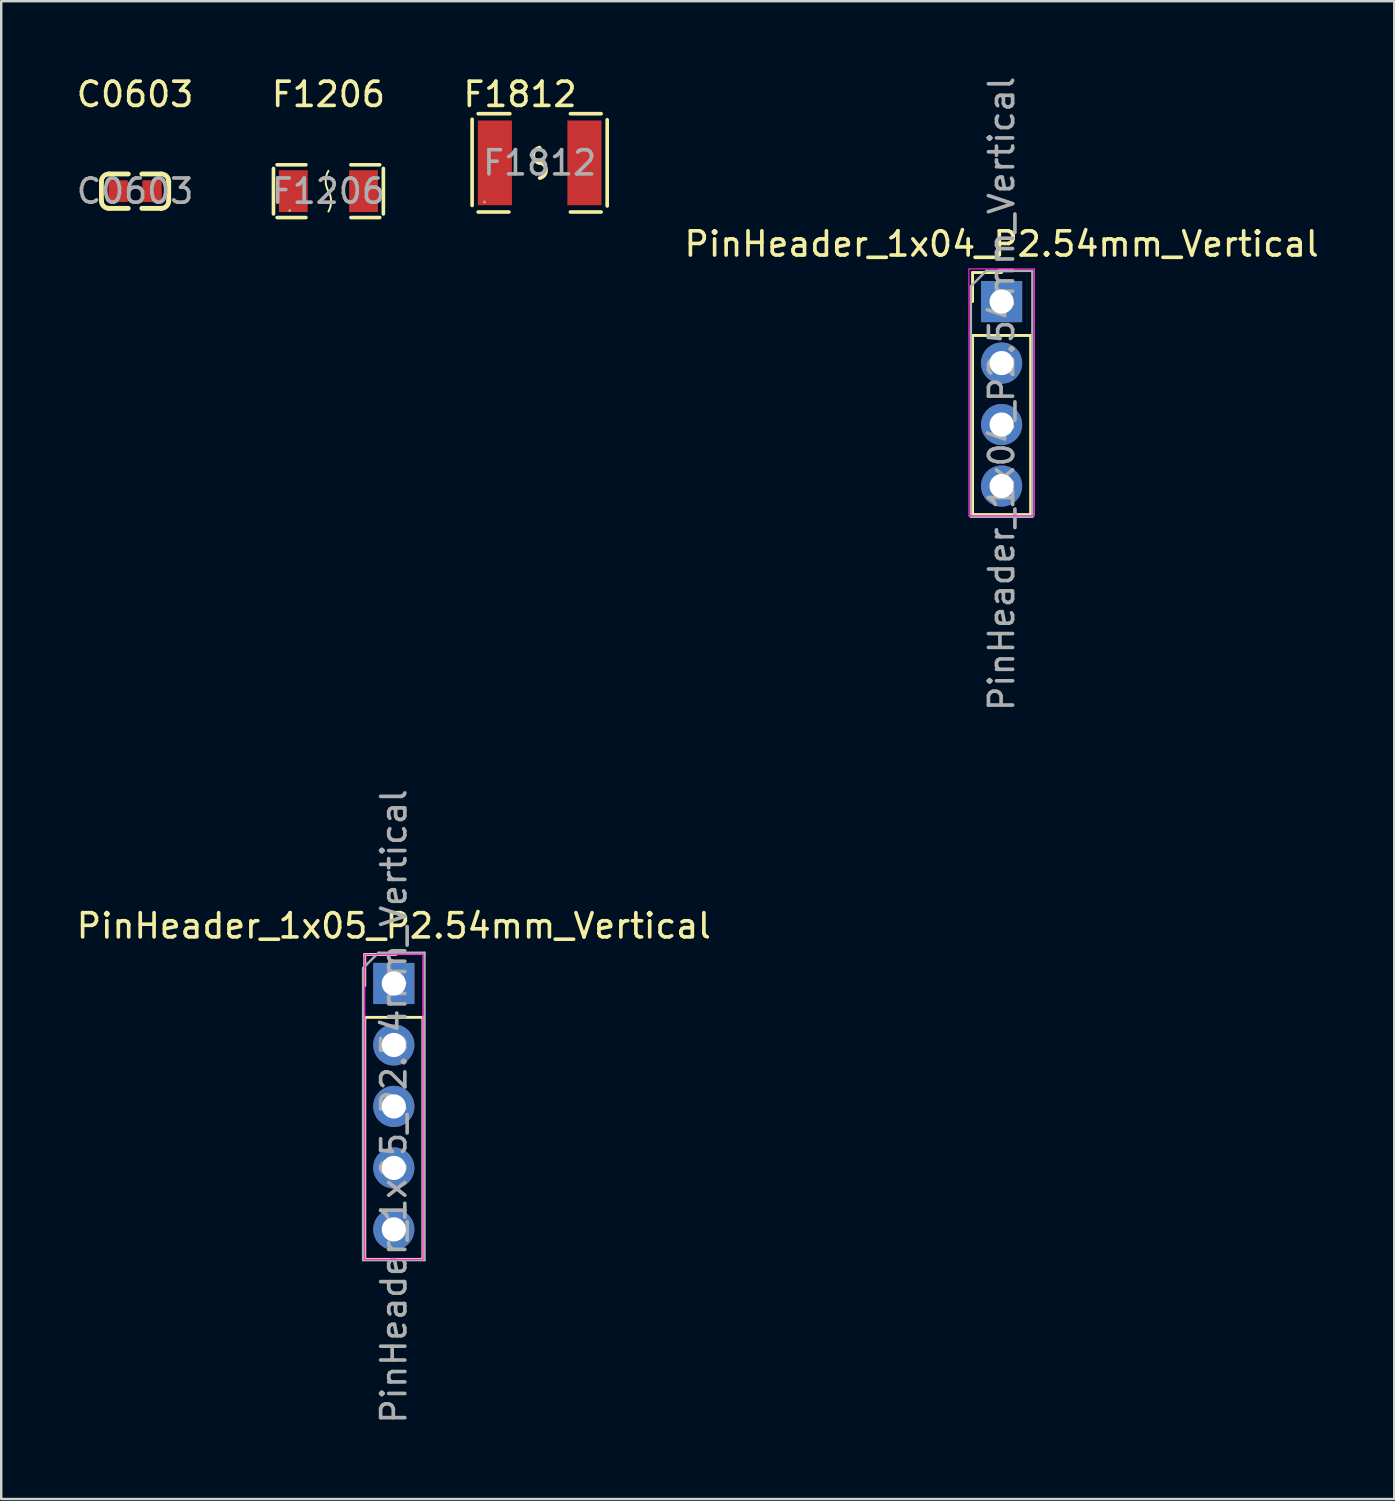
<source format=kicad_pcb>
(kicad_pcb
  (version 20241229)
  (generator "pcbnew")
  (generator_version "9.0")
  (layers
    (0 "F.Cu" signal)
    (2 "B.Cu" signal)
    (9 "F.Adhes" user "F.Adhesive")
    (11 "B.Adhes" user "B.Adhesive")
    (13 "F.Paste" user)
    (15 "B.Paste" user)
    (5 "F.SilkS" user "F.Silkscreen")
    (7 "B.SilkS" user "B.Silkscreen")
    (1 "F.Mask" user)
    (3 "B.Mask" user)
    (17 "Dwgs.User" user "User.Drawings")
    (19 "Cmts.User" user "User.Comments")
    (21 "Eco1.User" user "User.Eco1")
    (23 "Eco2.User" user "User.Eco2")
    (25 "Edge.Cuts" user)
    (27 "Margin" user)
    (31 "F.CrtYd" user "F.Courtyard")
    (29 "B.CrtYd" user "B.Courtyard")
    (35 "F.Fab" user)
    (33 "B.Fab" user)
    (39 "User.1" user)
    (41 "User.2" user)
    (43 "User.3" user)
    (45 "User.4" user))
  (footprint "F1812"
    (layer "F.Cu")
    (at 16.46 5.698)
    (property "Reference" "F1812" (at 1.975 -4.85 0) (layer "F.SilkS") (effects (font (size 1 1) (thickness 0.15))))
    (attr smd)
    (fp_line (start -0.005 -3.82) (end -0.005 -0.26) (stroke (width 0.15) (type solid)) (layer "F.SilkS"))
    (fp_line (start 0.245 -4.05) (end 1.555 -4.05) (stroke (width 0.15) (type solid)) (layer "F.SilkS"))
    (fp_line (start 1.515 0.01) (end 0.245 0.01) (stroke (width 0.15) (type solid)) (layer "F.SilkS"))
    (fp_line (start 4.055 0.01) (end 5.325 0.01) (stroke (width 0.15) (type solid)) (layer "F.SilkS"))
    (fp_line (start 5.325 -4.05) (end 4.055 -4.05) (stroke (width 0.15) (type solid)) (layer "F.SilkS"))
    (fp_line (start 5.575 -3.8) (end 5.575 -0.24) (stroke (width 0.15) (type solid)) (layer "F.SilkS"))
    (fp_arc (start 2.779634 -2.03096) (mid 3.050565 -1.712726) (end 2.785 -1.39) (stroke (width 0.15) (type solid)) (layer "F.SilkS"))
    (fp_arc (start 2.790366 -2.00904) (mid 2.519435 -2.327274) (end 2.785 -2.65) (stroke (width 0.15) (type solid)) (layer "F.SilkS"))
    (fp_circle (center 0.505 -0.4) (end 0.535 -0.4) (stroke (width 0.06) (type solid)) (fill no) (layer "F.Fab"))
    (fp_text user "${REFERENCE}" (at 2.785 -2.02 0) (layer "F.Fab") (effects (font (size 1 1) (thickness 0.15))))
    (pad "1" smd rect (at 0.935 -2.02) (size 1.41 3.5) (layers "F.Cu" "F.Mask" "F.Paste"))
    (pad "2" smd rect (at 4.635 -2.02) (size 1.41 3.5) (layers "F.Cu" "F.Mask" "F.Paste")))
  (footprint "F1206"
    (layer "F.Cu")
    (at 10.518 4.848)
    (property "Reference" "F1206" (at 0 -4 0) (layer "F.SilkS") (effects (font (size 1 1) (thickness 0.15))))
    (attr through_hole)
    (fp_line (start -2.27 -0.94) (end -2.27 0.94) (stroke (width 0.15) (type solid)) (layer "F.SilkS"))
    (fp_line (start -2.12 1.09) (end -0.93 1.09) (stroke (width 0.15) (type solid)) (layer "F.SilkS"))
    (fp_line (start -0.93 -1.09) (end -2.12 -1.09) (stroke (width 0.15) (type solid)) (layer "F.SilkS"))
    (fp_line (start 0.93 -1.09) (end 2.12 -1.09) (stroke (width 0.15) (type solid)) (layer "F.SilkS"))
    (fp_line (start 2.12 1.09) (end 0.93 1.09) (stroke (width 0.15) (type solid)) (layer "F.SilkS"))
    (fp_line (start 2.27 -0.94) (end 2.27 0.94) (stroke (width 0.15) (type solid)) (layer "F.SilkS"))
    (fp_arc (start -0.001269 -0.002199) (mid 0.112199 0.418731) (end 0 0.84) (stroke (width 0.08) (type solid)) (layer "F.SilkS"))
    (fp_arc (start 0.001269 0.002199) (mid -0.112199 -0.418731) (end 0 -0.84) (stroke (width 0.08) (type solid)) (layer "F.SilkS"))
    (fp_circle (center -1.6 0.8) (end -1.57 0.8) (stroke (width 0.06) (type solid)) (fill no) (layer "F.Fab"))
    (fp_text user "${REFERENCE}" (at 0 0 0) (layer "F.Fab") (effects (font (size 1 1) (thickness 0.15))))
    (pad "1" smd rect (at -1.45 0) (size 1.19 1.73) (layers "F.Cu" "F.Mask" "F.Paste"))
    (pad "2" smd rect (at 1.45 0) (size 1.19 1.73) (layers "F.Cu" "F.Mask" "F.Paste")))
  (footprint "PinHeader_1x04_P2.54mm_Vertical"
    (layer "F.Cu")
    (at 38.33 9.41)
    (property "Reference" "PinHeader_1x04_P2.54mm_Vertical" (at 0 -2.38 0) (layer "F.SilkS") (effects (font (size 1 1) (thickness 0.15))))
    (attr through_hole)
    (fp_line (start -1.2 -1.2) (end 0 -1.2) (stroke (width 0.12) (type solid)) (layer "F.SilkS"))
    (fp_line (start -1.2 0) (end -1.2 -1.2) (stroke (width 0.12) (type solid)) (layer "F.SilkS"))
    (fp_line (start -1.2 1.4) (end -1.2 8.8) (stroke (width 0.12) (type solid)) (layer "F.SilkS"))
    (fp_line (start -1.2 1.4) (end 1.2 1.4) (stroke (width 0.12) (type solid)) (layer "F.SilkS"))
    (fp_line (start -1.2 8.8) (end 1.2 8.8) (stroke (width 0.12) (type solid)) (layer "F.SilkS"))
    (fp_line (start 1.2 1.4) (end 1.2 8.8) (stroke (width 0.12) (type solid)) (layer "F.SilkS"))
    (fp_line (start -1.35 -1.35) (end -1.35 8.85) (stroke (width 0.05) (type solid)) (layer "F.CrtYd"))
    (fp_line (start -1.35 8.85) (end 1.35 8.85) (stroke (width 0.05) (type solid)) (layer "F.CrtYd"))
    (fp_line (start 1.35 -1.35) (end -1.35 -1.35) (stroke (width 0.05) (type solid)) (layer "F.CrtYd"))
    (fp_line (start 1.35 8.85) (end 1.35 -1.35) (stroke (width 0.05) (type solid)) (layer "F.CrtYd"))
    (fp_line (start -1.27 -0.635) (end -0.635 -1.27) (stroke (width 0.1) (type solid)) (layer "F.Fab"))
    (fp_line (start -1.27 8.89) (end -1.27 -0.635) (stroke (width 0.1) (type solid)) (layer "F.Fab"))
    (fp_line (start -0.635 -1.27) (end 1.27 -1.27) (stroke (width 0.1) (type solid)) (layer "F.Fab"))
    (fp_line (start 1.27 -1.27) (end 1.27 8.89) (stroke (width 0.1) (type solid)) (layer "F.Fab"))
    (fp_line (start 1.27 8.89) (end -1.27 8.89) (stroke (width 0.1) (type solid)) (layer "F.Fab"))
    (fp_text user "${REFERENCE}" (at 0 3.81 90) (layer "F.Fab") (effects (font (size 1 1) (thickness 0.15))))
    (pad "1" thru_hole rect (at 0 0) (size 1.7 1.7) (drill 1) (layers "*.Cu" "*.Mask"))
    (pad "2" thru_hole circle (at 0 2.54) (size 1.7 1.7) (drill 1) (layers "*.Cu" "*.Mask"))
    (pad "3" thru_hole circle (at 0 5.08) (size 1.7 1.7) (drill 1) (layers "*.Cu" "*.Mask"))
    (pad "4" thru_hole circle (at 0 7.62) (size 1.7 1.7) (drill 1) (layers "*.Cu" "*.Mask")))
  (footprint "PinHeader_1x05_P2.54mm_Vertical"
    (layer "F.Cu")
    (at 13.22 37.581)
    (property "Reference" "PinHeader_1x05_P2.54mm_Vertical" (at 0 -2.38 0) (layer "F.SilkS") (effects (font (size 1 1) (thickness 0.15))))
    (attr through_hole)
    (fp_line (start -1.2 -1.2) (end 0.09 -1.2) (stroke (width 0.12) (type solid)) (layer "F.SilkS"))
    (fp_line (start -1.2 0.09) (end -1.2 -1.2) (stroke (width 0.12) (type solid)) (layer "F.SilkS"))
    (fp_line (start -1.2 1.4) (end -1.2 11.4) (stroke (width 0.12) (type solid)) (layer "F.SilkS"))
    (fp_line (start -1.2 1.4) (end 1.2 1.4) (stroke (width 0.12) (type solid)) (layer "F.SilkS"))
    (fp_line (start -1.2 11.4) (end 1.2 11.4) (stroke (width 0.12) (type solid)) (layer "F.SilkS"))
    (fp_line (start 1.2 1.4) (end 1.2 11.4) (stroke (width 0.12) (type solid)) (layer "F.SilkS"))
    (fp_line (start -1.2 -1.2) (end -1.2 11.4) (stroke (width 0.05) (type solid)) (layer "F.CrtYd"))
    (fp_line (start -1.2 11.4) (end 1.2 11.4) (stroke (width 0.05) (type solid)) (layer "F.CrtYd"))
    (fp_line (start 1.2 -1.2) (end -1.2 -1.2) (stroke (width 0.05) (type solid)) (layer "F.CrtYd"))
    (fp_line (start 1.2 11.4) (end 1.2 -1.2) (stroke (width 0.05) (type solid)) (layer "F.CrtYd"))
    (fp_line (start -1.27 -0.635) (end -0.635 -1.27) (stroke (width 0.1) (type solid)) (layer "F.Fab"))
    (fp_line (start -1.27 11.43) (end -1.27 -0.635) (stroke (width 0.1) (type solid)) (layer "F.Fab"))
    (fp_line (start -0.635 -1.27) (end 1.27 -1.27) (stroke (width 0.1) (type solid)) (layer "F.Fab"))
    (fp_line (start 1.27 -1.27) (end 1.27 11.43) (stroke (width 0.1) (type solid)) (layer "F.Fab"))
    (fp_line (start 1.27 11.43) (end -1.27 11.43) (stroke (width 0.1) (type solid)) (layer "F.Fab"))
    (fp_text user "${REFERENCE}" (at 0 5.08 90) (layer "F.Fab") (effects (font (size 1 1) (thickness 0.15))))
    (pad "1" thru_hole rect (at 0 0) (size 1.7 1.7) (drill 1) (layers "*.Cu" "*.Mask"))
    (pad "2" thru_hole circle (at 0 2.54) (size 1.7 1.7) (drill 1) (layers "*.Cu" "*.Mask"))
    (pad "3" thru_hole circle (at 0 5.08) (size 1.7 1.7) (drill 1) (layers "*.Cu" "*.Mask"))
    (pad "4" thru_hole circle (at 0 7.62) (size 1.7 1.7) (drill 1) (layers "*.Cu" "*.Mask"))
    (pad "5" thru_hole circle (at 0 10.16) (size 1.7 1.7) (drill 1) (layers "*.Cu" "*.Mask")))
  (footprint "C0603"
    (layer "F.Cu")
    (at 2.53 4.848)
    (property "Reference" "C0603" (at 0 -4 0) (layer "F.SilkS") (effects (font (size 1 1) (thickness 0.15))))
    (attr smd)
    (fp_line (start -1.39 0.4) (end -1.39 -0.4) (stroke (width 0.2) (type solid)) (layer "F.SilkS"))
    (fp_line (start -0.28 -0.71) (end -1.08 -0.71) (stroke (width 0.2) (type solid)) (layer "F.SilkS"))
    (fp_line (start -0.28 0.71) (end -1.08 0.71) (stroke (width 0.2) (type solid)) (layer "F.SilkS"))
    (fp_line (start 0.28 -0.71) (end 1.08 -0.71) (stroke (width 0.2) (type solid)) (layer "F.SilkS"))
    (fp_line (start 0.28 0.71) (end 1.08 0.71) (stroke (width 0.2) (type solid)) (layer "F.SilkS"))
    (fp_line (start 1.39 -0.4) (end 1.39 0.4) (stroke (width 0.2) (type solid)) (layer "F.SilkS"))
    (fp_arc (start -1.39 -0.4) (mid -1.299203 -0.619203) (end -1.08 -0.71) (stroke (width 0.2) (type solid)) (layer "F.SilkS"))
    (fp_arc (start -1.08 0.71) (mid -1.299203 0.619203) (end -1.39 0.4) (stroke (width 0.2) (type solid)) (layer "F.SilkS"))
    (fp_arc (start 1.08 -0.71) (mid 1.299203 -0.619203) (end 1.39 -0.4) (stroke (width 0.2) (type solid)) (layer "F.SilkS"))
    (fp_arc (start 1.39 0.4) (mid 1.299203 0.619203) (end 1.08 0.71) (stroke (width 0.2) (type solid)) (layer "F.SilkS"))
    (fp_circle (center -0.8 0.4) (end -0.77 0.4) (stroke (width 0.06) (type solid)) (fill no) (layer "F.Fab"))
    (fp_text user "${REFERENCE}" (at 0 0 0) (layer "F.Fab") (effects (font (size 1 1) (thickness 0.15))))
    (pad "1" smd rect (at -0.7 0) (size 0.8 0.9) (layers "F.Cu" "F.Mask" "F.Paste"))
    (pad "2" smd rect (at 0.7 0) (size 0.8 0.9) (layers "F.Cu" "F.Mask" "F.Paste")))
  (gr_rect
    (start -3 -3)
    (end 54.55 58.881)
    (stroke (width 0.1) (type default))
    (fill no)
    (layer "Edge.Cuts")))
</source>
